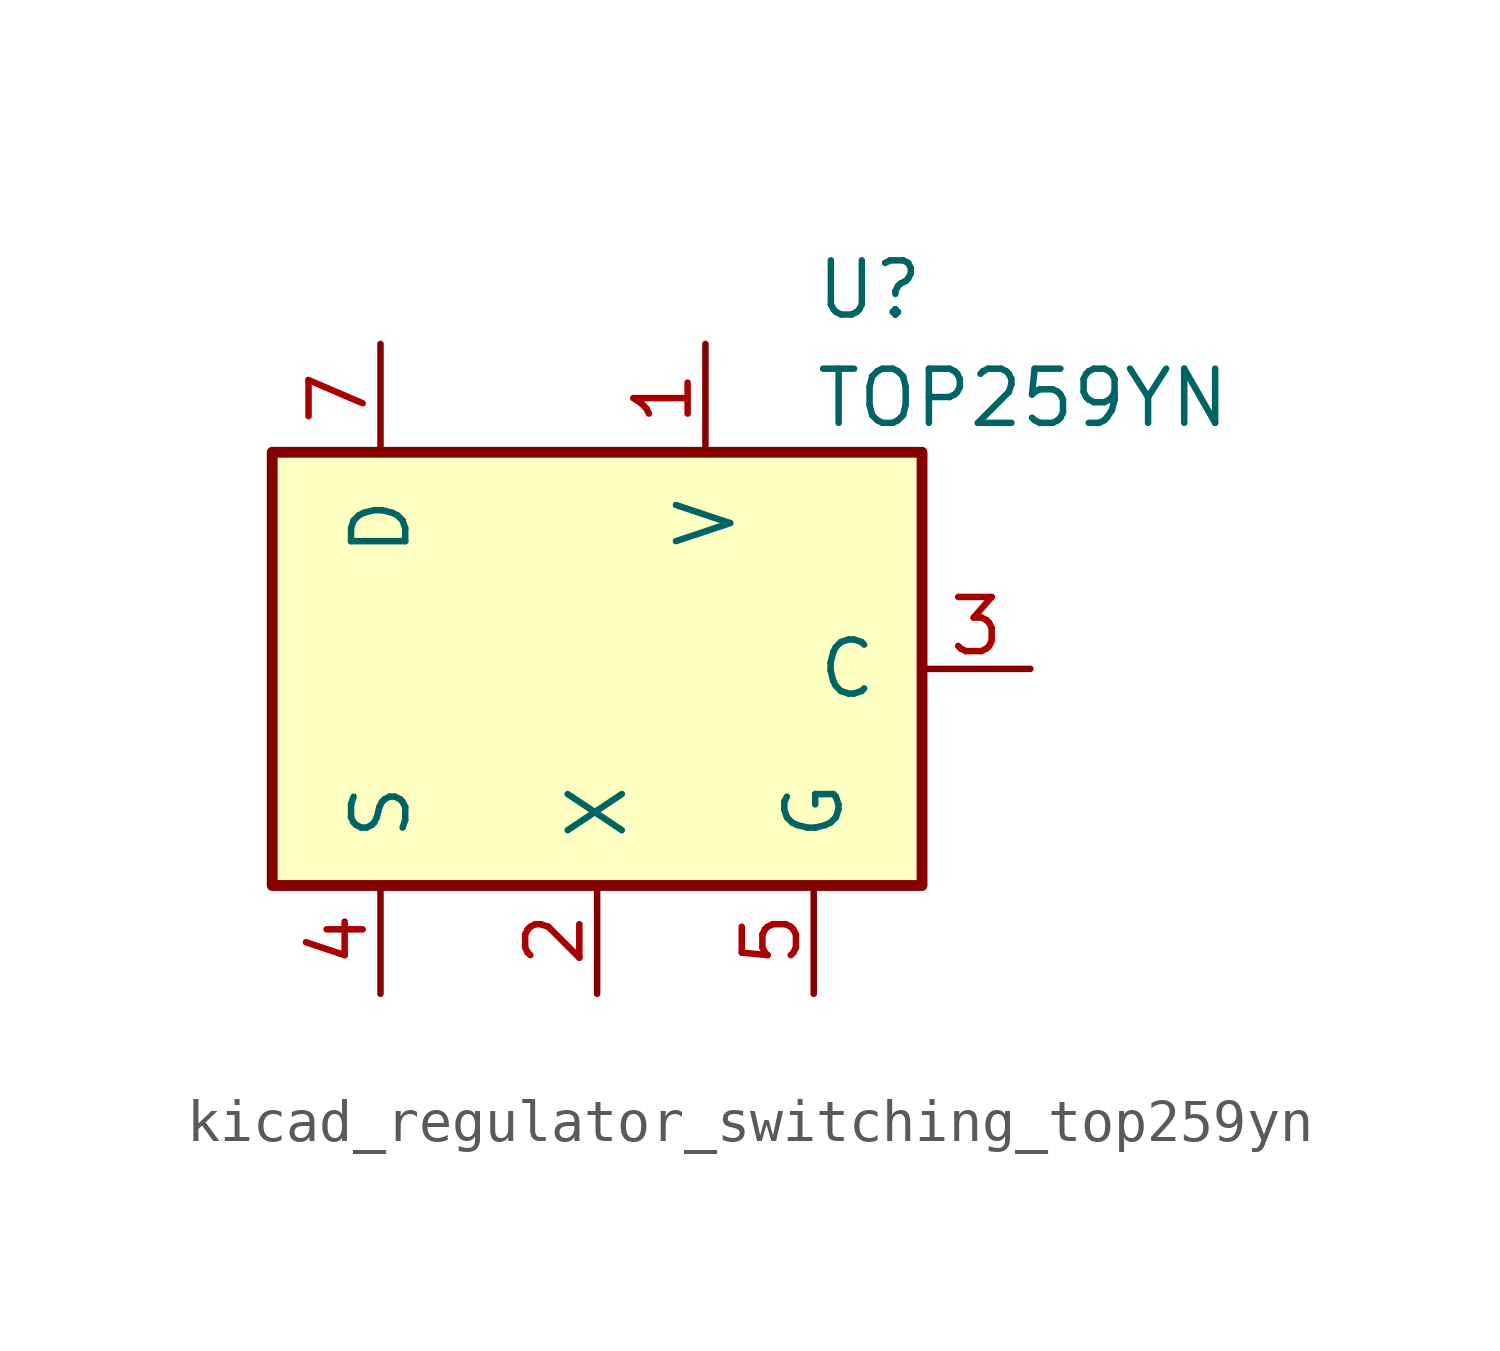
<source format=kicad_sym>
(kicad_symbol_lib
  (version 20220914)
  (generator kicad_symbol_editor)
  (symbol "kicad_regulator_switching_top259yn"
    (pin_names
      (offset 1.016))
    (property "Reference" "U"
      (at 5.08 8.89 0)
      (effects (font (size 1.27 1.27)) (justify left)))
    (property "Value" "TOP259YN"
      (at 5.08 6.35 0)
      (effects (font (size 1.27 1.27)) (justify left)))
    (symbol "kicad_regulator_switching_top259yn_0_1"
      (rectangle (start -7.62 5.08) (end 7.62 -5.08) (stroke (width 0.254) (type default)) (fill (type background))))
    (symbol "kicad_regulator_switching_top259yn_1_1"
      (pin input line (at 2.54 7.62 270) (length 2.54) (name "V" (effects (font (size 1.27 1.27)))) (number "1" (effects (font (size 1.27 1.27)))))
      (pin input line (at 0 -7.62 90) (length 2.54) (name "X" (effects (font (size 1.27 1.27)))) (number "2" (effects (font (size 1.27 1.27)))))
      (pin input line (at 10.16 0 180) (length 2.54) (name "C" (effects (font (size 1.27 1.27)))) (number "3" (effects (font (size 1.27 1.27)))))
      (pin power_in line (at -5.08 -7.62 90) (length 2.54) (name "S" (effects (font (size 1.27 1.27)))) (number "4" (effects (font (size 1.27 1.27)))))
      (pin passive line (at 5.08 -7.62 90) (length 2.54) (name "G" (effects (font (size 1.27 1.27)))) (number "5" (effects (font (size 1.27 1.27)))))
      (pin open_collector line (at -5.08 7.62 270) (length 2.54) (name "D" (effects (font (size 1.27 1.27)))) (number "7" (effects (font (size 1.27 1.27))))))))
</source>
